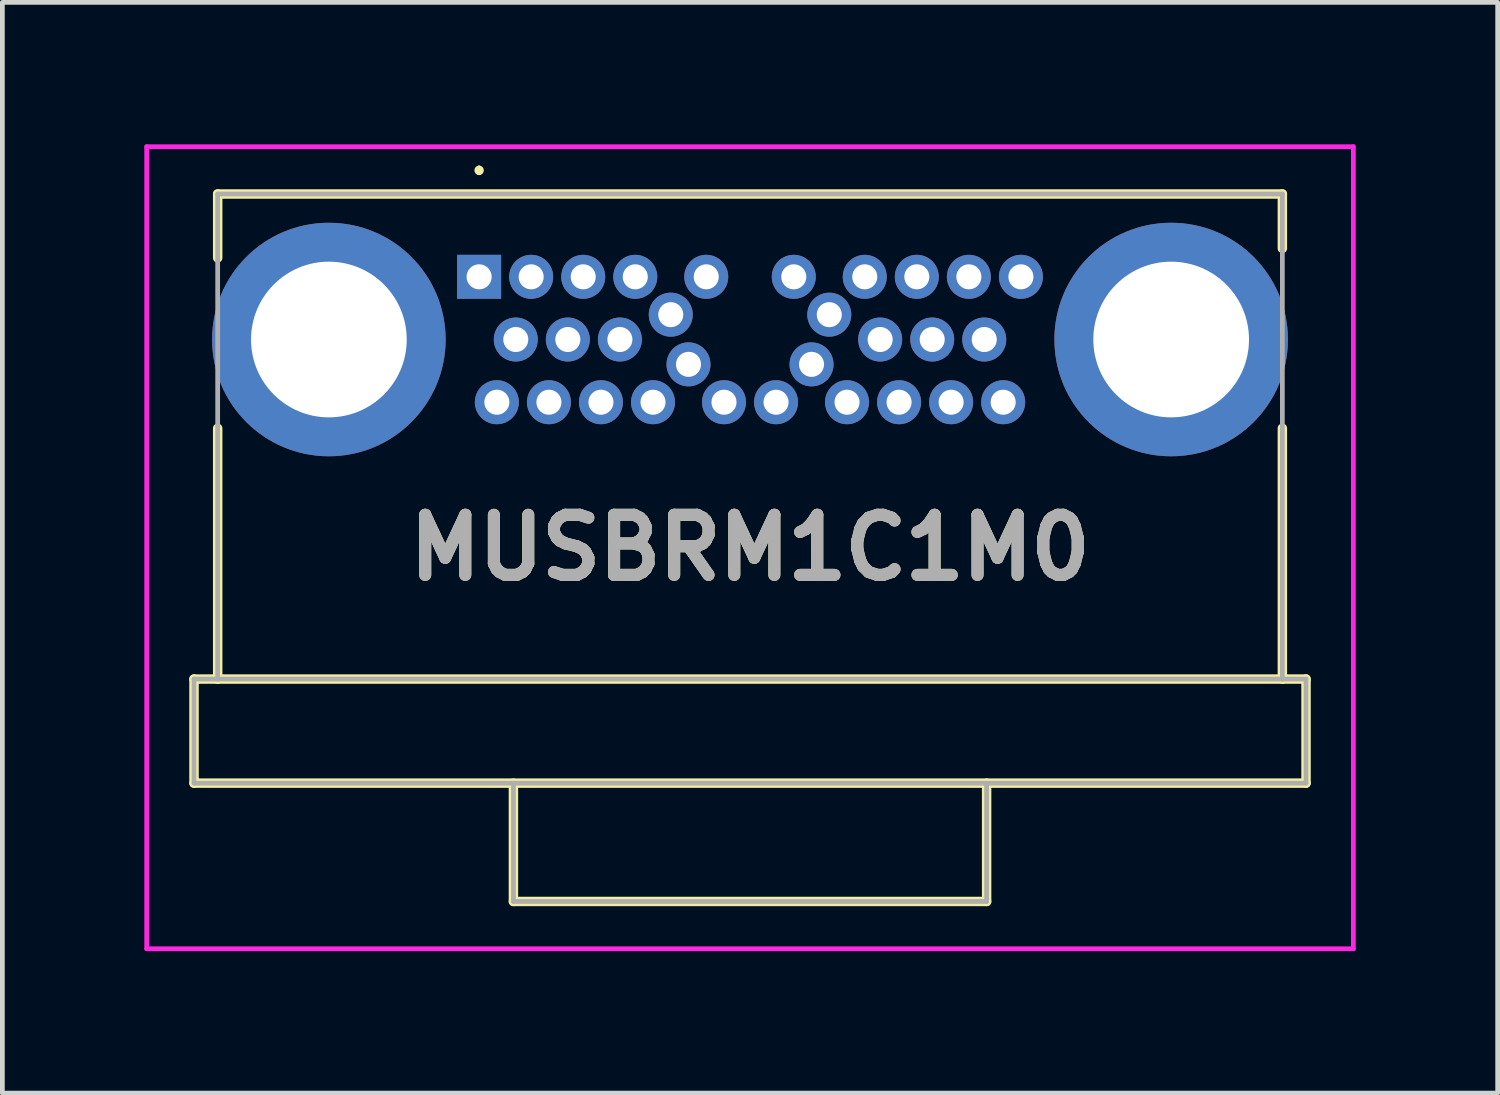
<source format=kicad_pcb>
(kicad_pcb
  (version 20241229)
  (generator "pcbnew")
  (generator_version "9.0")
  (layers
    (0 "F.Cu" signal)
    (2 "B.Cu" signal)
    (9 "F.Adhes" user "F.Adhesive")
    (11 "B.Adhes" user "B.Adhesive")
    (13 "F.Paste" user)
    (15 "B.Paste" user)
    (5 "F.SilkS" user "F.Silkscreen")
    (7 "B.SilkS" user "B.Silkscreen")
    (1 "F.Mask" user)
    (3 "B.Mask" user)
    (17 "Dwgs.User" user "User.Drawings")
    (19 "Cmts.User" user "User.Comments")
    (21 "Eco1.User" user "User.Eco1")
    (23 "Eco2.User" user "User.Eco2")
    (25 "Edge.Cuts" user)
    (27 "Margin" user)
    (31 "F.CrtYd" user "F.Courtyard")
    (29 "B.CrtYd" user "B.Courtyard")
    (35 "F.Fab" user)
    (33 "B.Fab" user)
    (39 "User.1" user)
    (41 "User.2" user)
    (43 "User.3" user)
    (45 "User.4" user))
  (footprint "MUSBRM1C1M0"
    (layer "F.Cu")
    (at 7.075 2.8)
    (property "Reference" "MUSBRM1C1M0" (at 5.725 5.725 0) (layer "F.SilkS") (effects (font (size 1.27 1.27) (thickness 0.254))))
    (attr through_hole)
    (fp_line (start -6.025 8.5) (end -5.525 8.5) (stroke (width 0.2) (type solid)) (layer "F.SilkS"))
    (fp_line (start -6.025 10.7) (end -6.025 8.5) (stroke (width 0.2) (type solid)) (layer "F.SilkS"))
    (fp_line (start -5.525 -1.75) (end 16.975 -1.75) (stroke (width 0.2) (type solid)) (layer "F.SilkS"))
    (fp_line (start -5.525 -0.4) (end -5.525 -1.75) (stroke (width 0.2) (type solid)) (layer "F.SilkS"))
    (fp_line (start -5.525 3.2) (end -5.525 8.5) (stroke (width 0.2) (type solid)) (layer "F.SilkS"))
    (fp_line (start -5.525 8.5) (end 16.975 8.5) (stroke (width 0.2) (type solid)) (layer "F.SilkS"))
    (fp_line (start 0 -2.3) (end 0 -2.3) (stroke (width 0.1) (type solid)) (layer "F.SilkS"))
    (fp_line (start 0 -2.2) (end 0 -2.2) (stroke (width 0.1) (type solid)) (layer "F.SilkS"))
    (fp_line (start 0.725 10.7) (end 0.725 13.2) (stroke (width 0.2) (type solid)) (layer "F.SilkS"))
    (fp_line (start 0.725 13.2) (end 10.725 13.2) (stroke (width 0.2) (type solid)) (layer "F.SilkS"))
    (fp_line (start 10.725 13.2) (end 10.725 10.7) (stroke (width 0.2) (type solid)) (layer "F.SilkS"))
    (fp_line (start 16.975 -1.75) (end 16.975 -0.6) (stroke (width 0.2) (type solid)) (layer "F.SilkS"))
    (fp_line (start 16.975 8.5) (end 16.975 3.2) (stroke (width 0.2) (type solid)) (layer "F.SilkS"))
    (fp_line (start 17 8.5) (end 17.475 8.5) (stroke (width 0.2) (type solid)) (layer "F.SilkS"))
    (fp_line (start 17.475 8.5) (end 17.475 10.7) (stroke (width 0.2) (type solid)) (layer "F.SilkS"))
    (fp_line (start 17.475 10.7) (end -6.025 10.7) (stroke (width 0.2) (type solid)) (layer "F.SilkS"))
    (fp_arc (start 0 -2.3) (mid 0.05 -2.25) (end 0 -2.2) (stroke (width 0.1) (type solid)) (layer "F.SilkS"))
    (fp_arc (start 0 -2.2) (mid -0.05 -2.25) (end 0 -2.3) (stroke (width 0.1) (type solid)) (layer "F.SilkS"))
    (fp_line (start -7.025 -2.75) (end 18.475 -2.75) (stroke (width 0.1) (type solid)) (layer "F.CrtYd"))
    (fp_line (start -7.025 14.2) (end -7.025 -2.75) (stroke (width 0.1) (type solid)) (layer "F.CrtYd"))
    (fp_line (start 18.475 -2.75) (end 18.475 14.2) (stroke (width 0.1) (type solid)) (layer "F.CrtYd"))
    (fp_line (start 18.475 14.2) (end -7.025 14.2) (stroke (width 0.1) (type solid)) (layer "F.CrtYd"))
    (fp_line (start -6.025 8.5) (end -6.025 10.7) (stroke (width 0.1) (type solid)) (layer "F.Fab"))
    (fp_line (start -6.025 10.7) (end 17.475 10.7) (stroke (width 0.1) (type solid)) (layer "F.Fab"))
    (fp_line (start -5.525 -1.75) (end 16.975 -1.75) (stroke (width 0.1) (type solid)) (layer "F.Fab"))
    (fp_line (start -5.525 8.5) (end -6.025 8.5) (stroke (width 0.1) (type solid)) (layer "F.Fab"))
    (fp_line (start -5.525 8.5) (end -5.525 -1.75) (stroke (width 0.1) (type solid)) (layer "F.Fab"))
    (fp_line (start 0.725 10.7) (end 0.725 13.2) (stroke (width 0.1) (type solid)) (layer "F.Fab"))
    (fp_line (start 0.725 13.2) (end 10.725 13.2) (stroke (width 0.1) (type solid)) (layer "F.Fab"))
    (fp_line (start 10.725 13.2) (end 10.725 10.7) (stroke (width 0.1) (type solid)) (layer "F.Fab"))
    (fp_line (start 16.975 -1.75) (end 16.975 8.5) (stroke (width 0.1) (type solid)) (layer "F.Fab"))
    (fp_line (start 16.975 8.5) (end -5.525 8.5) (stroke (width 0.1) (type solid)) (layer "F.Fab"))
    (fp_line (start 17.475 8.5) (end 16.975 8.5) (stroke (width 0.1) (type solid)) (layer "F.Fab"))
    (fp_line (start 17.475 10.7) (end 17.475 8.5) (stroke (width 0.1) (type solid)) (layer "F.Fab"))
    (fp_text user "${REFERENCE}" (at 5.725 5.725 0) (layer "F.Fab") (effects (font (size 1.27 1.27) (thickness 0.254))))
    (pad "A1" thru_hole rect (at 0 0) (size 0.93 0.93) (drill 0.53) (layers "*.Cu" "*.Mask"))
    (pad "A2" thru_hole circle (at 1.1 0) (size 0.93 0.93) (drill 0.53) (layers "*.Cu" "*.Mask"))
    (pad "A3" thru_hole circle (at 2.2 0) (size 0.93 0.93) (drill 0.53) (layers "*.Cu" "*.Mask"))
    (pad "A4" thru_hole circle (at 3.3 0) (size 0.93 0.93) (drill 0.53) (layers "*.Cu" "*.Mask"))
    (pad "A5" thru_hole circle (at 4.05 0.8) (size 0.93 0.93) (drill 0.53) (layers "*.Cu" "*.Mask"))
    (pad "A6" thru_hole circle (at 4.8 0) (size 0.93 0.93) (drill 0.53) (layers "*.Cu" "*.Mask"))
    (pad "A7" thru_hole circle (at 6.65 0) (size 0.93 0.93) (drill 0.53) (layers "*.Cu" "*.Mask"))
    (pad "A8" thru_hole circle (at 7.4 0.8) (size 0.93 0.93) (drill 0.53) (layers "*.Cu" "*.Mask"))
    (pad "A9" thru_hole circle (at 8.15 0) (size 0.93 0.93) (drill 0.53) (layers "*.Cu" "*.Mask"))
    (pad "A10" thru_hole circle (at 9.25 0) (size 0.93 0.93) (drill 0.53) (layers "*.Cu" "*.Mask"))
    (pad "A11" thru_hole circle (at 10.35 0) (size 0.93 0.93) (drill 0.53) (layers "*.Cu" "*.Mask"))
    (pad "A12" thru_hole circle (at 11.45 0) (size 0.93 0.93) (drill 0.53) (layers "*.Cu" "*.Mask"))
    (pad "B1" thru_hole circle (at 11.075 2.65) (size 0.93 0.93) (drill 0.53) (layers "*.Cu" "*.Mask"))
    (pad "B2" thru_hole circle (at 9.975 2.65) (size 0.93 0.93) (drill 0.53) (layers "*.Cu" "*.Mask"))
    (pad "B3" thru_hole circle (at 8.875 2.65) (size 0.93 0.93) (drill 0.53) (layers "*.Cu" "*.Mask"))
    (pad "B4" thru_hole circle (at 7.775 2.65) (size 0.93 0.93) (drill 0.53) (layers "*.Cu" "*.Mask"))
    (pad "B5" thru_hole circle (at 7.025 1.85) (size 0.93 0.93) (drill 0.53) (layers "*.Cu" "*.Mask"))
    (pad "B6" thru_hole circle (at 6.275 2.65) (size 0.93 0.93) (drill 0.53) (layers "*.Cu" "*.Mask"))
    (pad "B7" thru_hole circle (at 5.175 2.65) (size 0.93 0.93) (drill 0.53) (layers "*.Cu" "*.Mask"))
    (pad "B8" thru_hole circle (at 4.425 1.85) (size 0.93 0.93) (drill 0.53) (layers "*.Cu" "*.Mask"))
    (pad "B9" thru_hole circle (at 3.675 2.65) (size 0.93 0.93) (drill 0.53) (layers "*.Cu" "*.Mask"))
    (pad "B10" thru_hole circle (at 2.575 2.65) (size 0.93 0.93) (drill 0.53) (layers "*.Cu" "*.Mask"))
    (pad "B11" thru_hole circle (at 1.475 2.65) (size 0.93 0.93) (drill 0.53) (layers "*.Cu" "*.Mask"))
    (pad "B12" thru_hole circle (at 0.375 2.65) (size 0.93 0.93) (drill 0.53) (layers "*.Cu" "*.Mask"))
    (pad "G1" thru_hole circle (at 0.775 1.325) (size 0.93 0.93) (drill 0.53) (layers "*.Cu" "*.Mask"))
    (pad "G2" thru_hole circle (at 1.875 1.325) (size 0.93 0.93) (drill 0.53) (layers "*.Cu" "*.Mask"))
    (pad "G3" thru_hole circle (at 2.975 1.325) (size 0.93 0.93) (drill 0.53) (layers "*.Cu" "*.Mask"))
    (pad "G4" thru_hole circle (at 8.475 1.325) (size 0.93 0.93) (drill 0.53) (layers "*.Cu" "*.Mask"))
    (pad "G5" thru_hole circle (at 9.575 1.325) (size 0.93 0.93) (drill 0.53) (layers "*.Cu" "*.Mask"))
    (pad "G6" thru_hole circle (at 10.675 1.325) (size 0.93 0.93) (drill 0.53) (layers "*.Cu" "*.Mask"))
    (pad "MH1" thru_hole circle (at -3.175 1.325) (size 4.935 4.935) (drill 3.29) (layers "*.Cu" "*.Mask"))
    (pad "MH2" thru_hole circle (at 14.625 1.325) (size 4.935 4.935) (drill 3.29) (layers "*.Cu" "*.Mask")))
  (gr_rect
    (start -3 -3)
    (end 28.6 20.05)
    (stroke (width 0.1) (type default))
    (fill no)
    (layer "Edge.Cuts")))
</source>
